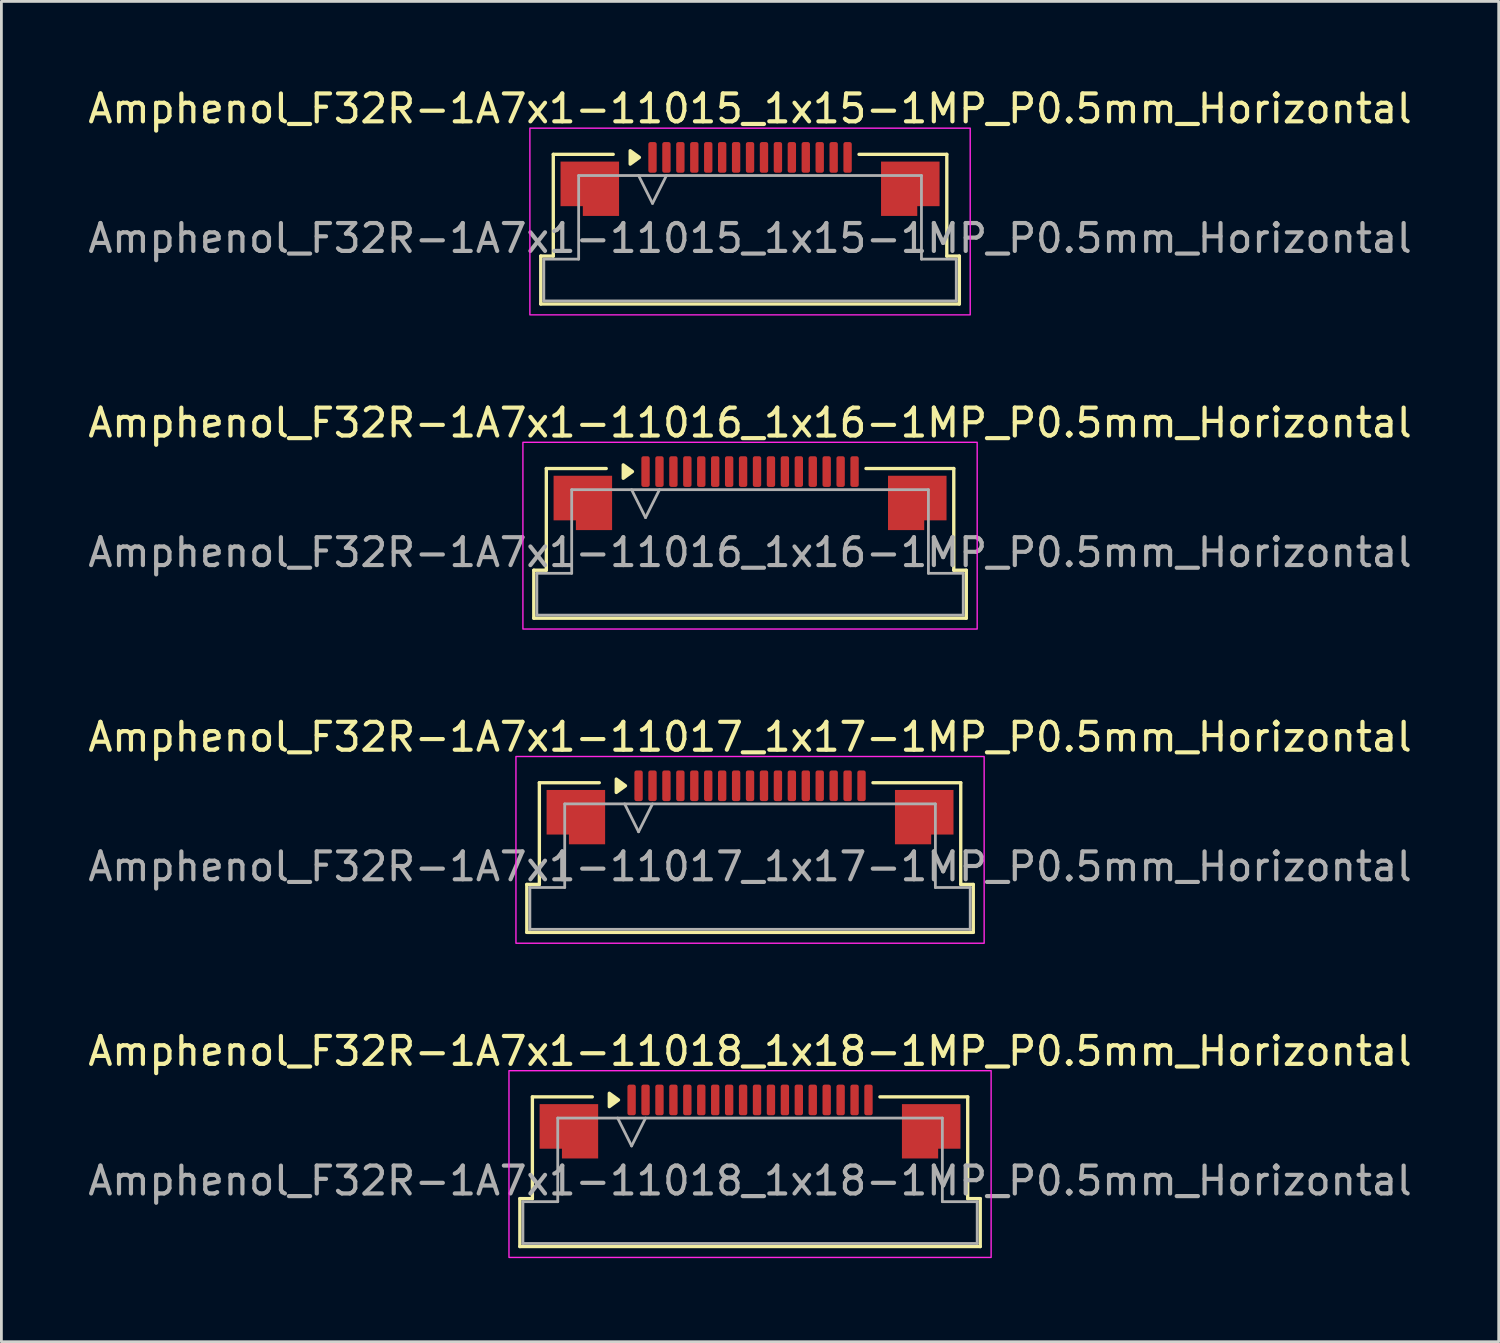
<source format=kicad_pcb>
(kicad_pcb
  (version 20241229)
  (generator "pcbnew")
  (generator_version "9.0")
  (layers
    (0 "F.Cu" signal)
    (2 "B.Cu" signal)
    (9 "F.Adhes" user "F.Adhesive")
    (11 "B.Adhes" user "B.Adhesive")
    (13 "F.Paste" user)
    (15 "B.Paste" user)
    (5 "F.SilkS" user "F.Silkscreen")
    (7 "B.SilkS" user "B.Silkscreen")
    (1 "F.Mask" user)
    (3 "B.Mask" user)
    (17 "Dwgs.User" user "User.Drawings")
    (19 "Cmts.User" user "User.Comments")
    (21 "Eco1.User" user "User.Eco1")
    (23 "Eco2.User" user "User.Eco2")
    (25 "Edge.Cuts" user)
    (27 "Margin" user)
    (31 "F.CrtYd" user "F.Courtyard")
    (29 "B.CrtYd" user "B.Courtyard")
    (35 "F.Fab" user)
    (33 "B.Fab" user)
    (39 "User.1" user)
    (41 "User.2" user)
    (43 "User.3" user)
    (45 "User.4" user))
  (footprint "Amphenol_F32R-1A7x1-11018_1x18-1MP_P0.5mm_Horizontal"
    (layer "F.Cu")
    (at 23.863 39.318)
    (property "Reference" "Amphenol_F32R-1A7x1-11018_1x18-1MP_P0.5mm_Horizontal" (at 0 -4.65 0) (layer "F.SilkS") (effects (font (size 1 1) (thickness 0.15))))
    (attr smd)
    (fp_line (start -8.26 0.64) (end -7.81 0.64) (stroke (width 0.12) (type solid)) (layer "F.SilkS"))
    (fp_line (start -8.26 2.36) (end -8.26 0.64) (stroke (width 0.12) (type solid)) (layer "F.SilkS"))
    (fp_line (start -7.81 -3.01) (end -5.66 -3.01) (stroke (width 0.12) (type solid)) (layer "F.SilkS"))
    (fp_line (start -7.81 0.64) (end -7.81 -3.01) (stroke (width 0.12) (type solid)) (layer "F.SilkS"))
    (fp_line (start 4.66 -3.01) (end 7.81 -3.01) (stroke (width 0.12) (type solid)) (layer "F.SilkS"))
    (fp_line (start 7.81 -3.01) (end 7.81 0.64) (stroke (width 0.12) (type solid)) (layer "F.SilkS"))
    (fp_line (start 7.81 0.64) (end 8.26 0.64) (stroke (width 0.12) (type solid)) (layer "F.SilkS"))
    (fp_line (start 8.26 0.64) (end 8.26 2.36) (stroke (width 0.12) (type solid)) (layer "F.SilkS"))
    (fp_line (start 8.26 2.36) (end -8.26 2.36) (stroke (width 0.12) (type solid)) (layer "F.SilkS"))
    (fp_poly (pts (xy -4.72 -2.9) (xy -5.05 -2.66) (xy -5.05 -3.14)) (stroke (width 0.12) (type solid)) (fill yes) (layer "F.SilkS"))
    (fp_rect (start -8.65 -3.95) (end 8.65 2.75) (stroke (width 0.05) (type solid)) (fill no) (layer "F.CrtYd"))
    (fp_line (start -8.15 0.75) (end -6.9 0.75) (stroke (width 0.1) (type solid)) (layer "F.Fab"))
    (fp_line (start -8.15 2.25) (end -8.15 0.75) (stroke (width 0.1) (type solid)) (layer "F.Fab"))
    (fp_line (start -6.9 -2.25) (end 6.9 -2.25) (stroke (width 0.1) (type solid)) (layer "F.Fab"))
    (fp_line (start -6.9 0.75) (end -6.9 -2.25) (stroke (width 0.1) (type solid)) (layer "F.Fab"))
    (fp_line (start -4.75 -2.25) (end -4.25 -1.25) (stroke (width 0.1) (type solid)) (layer "F.Fab"))
    (fp_line (start -4.25 -1.25) (end -3.75 -2.25) (stroke (width 0.1) (type solid)) (layer "F.Fab"))
    (fp_line (start 6.9 -2.25) (end 6.9 0.75) (stroke (width 0.1) (type solid)) (layer "F.Fab"))
    (fp_line (start 6.9 0.75) (end 8.15 0.75) (stroke (width 0.1) (type solid)) (layer "F.Fab"))
    (fp_line (start 8.15 0.75) (end 8.15 2.25) (stroke (width 0.1) (type solid)) (layer "F.Fab"))
    (fp_line (start 8.15 2.25) (end -8.15 2.25) (stroke (width 0.1) (type solid)) (layer "F.Fab"))
    (fp_text user "${REFERENCE}" (at 0 0 0) (layer "F.Fab") (effects (font (size 1 1) (thickness 0.15))))
    (pad "1" smd roundrect (at -4.25 -2.9) (size 0.3 1.1) (layers "F.Cu" "F.Mask" "F.Paste") (roundrect_rratio 0.25))
    (pad "2" smd roundrect (at -3.75 -2.9) (size 0.3 1.1) (layers "F.Cu" "F.Mask" "F.Paste") (roundrect_rratio 0.25))
    (pad "3" smd roundrect (at -3.25 -2.9) (size 0.3 1.1) (layers "F.Cu" "F.Mask" "F.Paste") (roundrect_rratio 0.25))
    (pad "4" smd roundrect (at -2.75 -2.9) (size 0.3 1.1) (layers "F.Cu" "F.Mask" "F.Paste") (roundrect_rratio 0.25))
    (pad "5" smd roundrect (at -2.25 -2.9) (size 0.3 1.1) (layers "F.Cu" "F.Mask" "F.Paste") (roundrect_rratio 0.25))
    (pad "6" smd roundrect (at -1.75 -2.9) (size 0.3 1.1) (layers "F.Cu" "F.Mask" "F.Paste") (roundrect_rratio 0.25))
    (pad "7" smd roundrect (at -1.25 -2.9) (size 0.3 1.1) (layers "F.Cu" "F.Mask" "F.Paste") (roundrect_rratio 0.25))
    (pad "8" smd roundrect (at -0.75 -2.9) (size 0.3 1.1) (layers "F.Cu" "F.Mask" "F.Paste") (roundrect_rratio 0.25))
    (pad "9" smd roundrect (at -0.25 -2.9) (size 0.3 1.1) (layers "F.Cu" "F.Mask" "F.Paste") (roundrect_rratio 0.25))
    (pad "10" smd roundrect (at 0.25 -2.9) (size 0.3 1.1) (layers "F.Cu" "F.Mask" "F.Paste") (roundrect_rratio 0.25))
    (pad "11" smd roundrect (at 0.75 -2.9) (size 0.3 1.1) (layers "F.Cu" "F.Mask" "F.Paste") (roundrect_rratio 0.25))
    (pad "12" smd roundrect (at 1.25 -2.9) (size 0.3 1.1) (layers "F.Cu" "F.Mask" "F.Paste") (roundrect_rratio 0.25))
    (pad "13" smd roundrect (at 1.75 -2.9) (size 0.3 1.1) (layers "F.Cu" "F.Mask" "F.Paste") (roundrect_rratio 0.25))
    (pad "14" smd roundrect (at 2.25 -2.9) (size 0.3 1.1) (layers "F.Cu" "F.Mask" "F.Paste") (roundrect_rratio 0.25))
    (pad "15" smd roundrect (at 2.75 -2.9) (size 0.3 1.1) (layers "F.Cu" "F.Mask" "F.Paste") (roundrect_rratio 0.25))
    (pad "16" smd roundrect (at 3.25 -2.9) (size 0.3 1.1) (layers "F.Cu" "F.Mask" "F.Paste") (roundrect_rratio 0.25))
    (pad "17" smd roundrect (at 3.75 -2.9) (size 0.3 1.1) (layers "F.Cu" "F.Mask" "F.Paste") (roundrect_rratio 0.25))
    (pad "18" smd roundrect (at 4.25 -2.9) (size 0.3 1.1) (layers "F.Cu" "F.Mask" "F.Paste") (roundrect_rratio 0.25))
    (pad "MP" smd custom (at -6.5 -1.775) (size 1 1) (layers "F.Cu" "F.Mask" "F.Paste") (options (anchor circle)) (primitives (gr_poly (pts (xy 1.05 -0.975) (xy 1.05 0.975) (xy -0.25 0.975) (xy -0.25 0.625) (xy -1.05 0.625) (xy -1.05 -0.975)) (width 0) (fill yes))))
    (pad "MP" smd custom (at 6.5 -1.775) (size 1 1) (layers "F.Cu" "F.Mask" "F.Paste") (options (anchor circle)) (primitives (gr_poly (pts (xy -1.05 -0.975) (xy -1.05 0.975) (xy 0.25 0.975) (xy 0.25 0.625) (xy 1.05 0.625) (xy 1.05 -0.975)) (width 0) (fill yes)))))
  (footprint "Amphenol_F32R-1A7x1-11017_1x17-1MP_P0.5mm_Horizontal"
    (layer "F.Cu")
    (at 23.863 28.045)
    (property "Reference" "Amphenol_F32R-1A7x1-11017_1x17-1MP_P0.5mm_Horizontal" (at 0 -4.65 0) (layer "F.SilkS") (effects (font (size 1 1) (thickness 0.15))))
    (attr smd)
    (fp_line (start -8.01 0.64) (end -7.56 0.64) (stroke (width 0.12) (type solid)) (layer "F.SilkS"))
    (fp_line (start -8.01 2.36) (end -8.01 0.64) (stroke (width 0.12) (type solid)) (layer "F.SilkS"))
    (fp_line (start -7.56 -3.01) (end -5.41 -3.01) (stroke (width 0.12) (type solid)) (layer "F.SilkS"))
    (fp_line (start -7.56 0.64) (end -7.56 -3.01) (stroke (width 0.12) (type solid)) (layer "F.SilkS"))
    (fp_line (start 4.41 -3.01) (end 7.56 -3.01) (stroke (width 0.12) (type solid)) (layer "F.SilkS"))
    (fp_line (start 7.56 -3.01) (end 7.56 0.64) (stroke (width 0.12) (type solid)) (layer "F.SilkS"))
    (fp_line (start 7.56 0.64) (end 8.01 0.64) (stroke (width 0.12) (type solid)) (layer "F.SilkS"))
    (fp_line (start 8.01 0.64) (end 8.01 2.36) (stroke (width 0.12) (type solid)) (layer "F.SilkS"))
    (fp_line (start 8.01 2.36) (end -8.01 2.36) (stroke (width 0.12) (type solid)) (layer "F.SilkS"))
    (fp_poly (pts (xy -4.47 -2.9) (xy -4.8 -2.66) (xy -4.8 -3.14)) (stroke (width 0.12) (type solid)) (fill yes) (layer "F.SilkS"))
    (fp_rect (start -8.4 -3.95) (end 8.4 2.75) (stroke (width 0.05) (type solid)) (fill no) (layer "F.CrtYd"))
    (fp_line (start -7.9 0.75) (end -6.65 0.75) (stroke (width 0.1) (type solid)) (layer "F.Fab"))
    (fp_line (start -7.9 2.25) (end -7.9 0.75) (stroke (width 0.1) (type solid)) (layer "F.Fab"))
    (fp_line (start -6.65 -2.25) (end 6.65 -2.25) (stroke (width 0.1) (type solid)) (layer "F.Fab"))
    (fp_line (start -6.65 0.75) (end -6.65 -2.25) (stroke (width 0.1) (type solid)) (layer "F.Fab"))
    (fp_line (start -4.5 -2.25) (end -4 -1.25) (stroke (width 0.1) (type solid)) (layer "F.Fab"))
    (fp_line (start -4 -1.25) (end -3.5 -2.25) (stroke (width 0.1) (type solid)) (layer "F.Fab"))
    (fp_line (start 6.65 -2.25) (end 6.65 0.75) (stroke (width 0.1) (type solid)) (layer "F.Fab"))
    (fp_line (start 6.65 0.75) (end 7.9 0.75) (stroke (width 0.1) (type solid)) (layer "F.Fab"))
    (fp_line (start 7.9 0.75) (end 7.9 2.25) (stroke (width 0.1) (type solid)) (layer "F.Fab"))
    (fp_line (start 7.9 2.25) (end -7.9 2.25) (stroke (width 0.1) (type solid)) (layer "F.Fab"))
    (fp_text user "${REFERENCE}" (at 0 0 0) (layer "F.Fab") (effects (font (size 1 1) (thickness 0.15))))
    (pad "1" smd roundrect (at -4 -2.9) (size 0.3 1.1) (layers "F.Cu" "F.Mask" "F.Paste") (roundrect_rratio 0.25))
    (pad "2" smd roundrect (at -3.5 -2.9) (size 0.3 1.1) (layers "F.Cu" "F.Mask" "F.Paste") (roundrect_rratio 0.25))
    (pad "3" smd roundrect (at -3 -2.9) (size 0.3 1.1) (layers "F.Cu" "F.Mask" "F.Paste") (roundrect_rratio 0.25))
    (pad "4" smd roundrect (at -2.5 -2.9) (size 0.3 1.1) (layers "F.Cu" "F.Mask" "F.Paste") (roundrect_rratio 0.25))
    (pad "5" smd roundrect (at -2 -2.9) (size 0.3 1.1) (layers "F.Cu" "F.Mask" "F.Paste") (roundrect_rratio 0.25))
    (pad "6" smd roundrect (at -1.5 -2.9) (size 0.3 1.1) (layers "F.Cu" "F.Mask" "F.Paste") (roundrect_rratio 0.25))
    (pad "7" smd roundrect (at -1 -2.9) (size 0.3 1.1) (layers "F.Cu" "F.Mask" "F.Paste") (roundrect_rratio 0.25))
    (pad "8" smd roundrect (at -0.5 -2.9) (size 0.3 1.1) (layers "F.Cu" "F.Mask" "F.Paste") (roundrect_rratio 0.25))
    (pad "9" smd roundrect (at 0 -2.9) (size 0.3 1.1) (layers "F.Cu" "F.Mask" "F.Paste") (roundrect_rratio 0.25))
    (pad "10" smd roundrect (at 0.5 -2.9) (size 0.3 1.1) (layers "F.Cu" "F.Mask" "F.Paste") (roundrect_rratio 0.25))
    (pad "11" smd roundrect (at 1 -2.9) (size 0.3 1.1) (layers "F.Cu" "F.Mask" "F.Paste") (roundrect_rratio 0.25))
    (pad "12" smd roundrect (at 1.5 -2.9) (size 0.3 1.1) (layers "F.Cu" "F.Mask" "F.Paste") (roundrect_rratio 0.25))
    (pad "13" smd roundrect (at 2 -2.9) (size 0.3 1.1) (layers "F.Cu" "F.Mask" "F.Paste") (roundrect_rratio 0.25))
    (pad "14" smd roundrect (at 2.5 -2.9) (size 0.3 1.1) (layers "F.Cu" "F.Mask" "F.Paste") (roundrect_rratio 0.25))
    (pad "15" smd roundrect (at 3 -2.9) (size 0.3 1.1) (layers "F.Cu" "F.Mask" "F.Paste") (roundrect_rratio 0.25))
    (pad "16" smd roundrect (at 3.5 -2.9) (size 0.3 1.1) (layers "F.Cu" "F.Mask" "F.Paste") (roundrect_rratio 0.25))
    (pad "17" smd roundrect (at 4 -2.9) (size 0.3 1.1) (layers "F.Cu" "F.Mask" "F.Paste") (roundrect_rratio 0.25))
    (pad "MP" smd custom (at -6.25 -1.775) (size 1 1) (layers "F.Cu" "F.Mask" "F.Paste") (options (anchor circle)) (primitives (gr_poly (pts (xy 1.05 -0.975) (xy 1.05 0.975) (xy -0.25 0.975) (xy -0.25 0.625) (xy -1.05 0.625) (xy -1.05 -0.975)) (width 0) (fill yes))))
    (pad "MP" smd custom (at 6.25 -1.775) (size 1 1) (layers "F.Cu" "F.Mask" "F.Paste") (options (anchor circle)) (primitives (gr_poly (pts (xy -1.05 -0.975) (xy -1.05 0.975) (xy 0.25 0.975) (xy 0.25 0.625) (xy 1.05 0.625) (xy 1.05 -0.975)) (width 0) (fill yes)))))
  (footprint "Amphenol_F32R-1A7x1-11015_1x15-1MP_P0.5mm_Horizontal"
    (layer "F.Cu")
    (at 23.863 5.498)
    (property "Reference" "Amphenol_F32R-1A7x1-11015_1x15-1MP_P0.5mm_Horizontal" (at 0 -4.65 0) (layer "F.SilkS") (effects (font (size 1 1) (thickness 0.15))))
    (attr smd)
    (fp_line (start -7.51 0.64) (end -7.06 0.64) (stroke (width 0.12) (type solid)) (layer "F.SilkS"))
    (fp_line (start -7.51 2.36) (end -7.51 0.64) (stroke (width 0.12) (type solid)) (layer "F.SilkS"))
    (fp_line (start -7.06 -3.01) (end -4.91 -3.01) (stroke (width 0.12) (type solid)) (layer "F.SilkS"))
    (fp_line (start -7.06 0.64) (end -7.06 -3.01) (stroke (width 0.12) (type solid)) (layer "F.SilkS"))
    (fp_line (start 3.91 -3.01) (end 7.06 -3.01) (stroke (width 0.12) (type solid)) (layer "F.SilkS"))
    (fp_line (start 7.06 -3.01) (end 7.06 0.64) (stroke (width 0.12) (type solid)) (layer "F.SilkS"))
    (fp_line (start 7.06 0.64) (end 7.51 0.64) (stroke (width 0.12) (type solid)) (layer "F.SilkS"))
    (fp_line (start 7.51 0.64) (end 7.51 2.36) (stroke (width 0.12) (type solid)) (layer "F.SilkS"))
    (fp_line (start 7.51 2.36) (end -7.51 2.36) (stroke (width 0.12) (type solid)) (layer "F.SilkS"))
    (fp_poly (pts (xy -3.97 -2.9) (xy -4.3 -2.66) (xy -4.3 -3.14)) (stroke (width 0.12) (type solid)) (fill yes) (layer "F.SilkS"))
    (fp_rect (start -7.9 -3.95) (end 7.9 2.75) (stroke (width 0.05) (type solid)) (fill no) (layer "F.CrtYd"))
    (fp_line (start -7.4 0.75) (end -6.15 0.75) (stroke (width 0.1) (type solid)) (layer "F.Fab"))
    (fp_line (start -7.4 2.25) (end -7.4 0.75) (stroke (width 0.1) (type solid)) (layer "F.Fab"))
    (fp_line (start -6.15 -2.25) (end 6.15 -2.25) (stroke (width 0.1) (type solid)) (layer "F.Fab"))
    (fp_line (start -6.15 0.75) (end -6.15 -2.25) (stroke (width 0.1) (type solid)) (layer "F.Fab"))
    (fp_line (start -4 -2.25) (end -3.5 -1.25) (stroke (width 0.1) (type solid)) (layer "F.Fab"))
    (fp_line (start -3.5 -1.25) (end -3 -2.25) (stroke (width 0.1) (type solid)) (layer "F.Fab"))
    (fp_line (start 6.15 -2.25) (end 6.15 0.75) (stroke (width 0.1) (type solid)) (layer "F.Fab"))
    (fp_line (start 6.15 0.75) (end 7.4 0.75) (stroke (width 0.1) (type solid)) (layer "F.Fab"))
    (fp_line (start 7.4 0.75) (end 7.4 2.25) (stroke (width 0.1) (type solid)) (layer "F.Fab"))
    (fp_line (start 7.4 2.25) (end -7.4 2.25) (stroke (width 0.1) (type solid)) (layer "F.Fab"))
    (fp_text user "${REFERENCE}" (at 0 0 0) (layer "F.Fab") (effects (font (size 1 1) (thickness 0.15))))
    (pad "1" smd roundrect (at -3.5 -2.9) (size 0.3 1.1) (layers "F.Cu" "F.Mask" "F.Paste") (roundrect_rratio 0.25))
    (pad "2" smd roundrect (at -3 -2.9) (size 0.3 1.1) (layers "F.Cu" "F.Mask" "F.Paste") (roundrect_rratio 0.25))
    (pad "3" smd roundrect (at -2.5 -2.9) (size 0.3 1.1) (layers "F.Cu" "F.Mask" "F.Paste") (roundrect_rratio 0.25))
    (pad "4" smd roundrect (at -2 -2.9) (size 0.3 1.1) (layers "F.Cu" "F.Mask" "F.Paste") (roundrect_rratio 0.25))
    (pad "5" smd roundrect (at -1.5 -2.9) (size 0.3 1.1) (layers "F.Cu" "F.Mask" "F.Paste") (roundrect_rratio 0.25))
    (pad "6" smd roundrect (at -1 -2.9) (size 0.3 1.1) (layers "F.Cu" "F.Mask" "F.Paste") (roundrect_rratio 0.25))
    (pad "7" smd roundrect (at -0.5 -2.9) (size 0.3 1.1) (layers "F.Cu" "F.Mask" "F.Paste") (roundrect_rratio 0.25))
    (pad "8" smd roundrect (at 0 -2.9) (size 0.3 1.1) (layers "F.Cu" "F.Mask" "F.Paste") (roundrect_rratio 0.25))
    (pad "9" smd roundrect (at 0.5 -2.9) (size 0.3 1.1) (layers "F.Cu" "F.Mask" "F.Paste") (roundrect_rratio 0.25))
    (pad "10" smd roundrect (at 1 -2.9) (size 0.3 1.1) (layers "F.Cu" "F.Mask" "F.Paste") (roundrect_rratio 0.25))
    (pad "11" smd roundrect (at 1.5 -2.9) (size 0.3 1.1) (layers "F.Cu" "F.Mask" "F.Paste") (roundrect_rratio 0.25))
    (pad "12" smd roundrect (at 2 -2.9) (size 0.3 1.1) (layers "F.Cu" "F.Mask" "F.Paste") (roundrect_rratio 0.25))
    (pad "13" smd roundrect (at 2.5 -2.9) (size 0.3 1.1) (layers "F.Cu" "F.Mask" "F.Paste") (roundrect_rratio 0.25))
    (pad "14" smd roundrect (at 3 -2.9) (size 0.3 1.1) (layers "F.Cu" "F.Mask" "F.Paste") (roundrect_rratio 0.25))
    (pad "15" smd roundrect (at 3.5 -2.9) (size 0.3 1.1) (layers "F.Cu" "F.Mask" "F.Paste") (roundrect_rratio 0.25))
    (pad "MP" smd custom (at -5.75 -1.775) (size 1 1) (layers "F.Cu" "F.Mask" "F.Paste") (options (anchor circle)) (primitives (gr_poly (pts (xy 1.05 -0.975) (xy 1.05 0.975) (xy -0.25 0.975) (xy -0.25 0.625) (xy -1.05 0.625) (xy -1.05 -0.975)) (width 0) (fill yes))))
    (pad "MP" smd custom (at 5.75 -1.775) (size 1 1) (layers "F.Cu" "F.Mask" "F.Paste") (options (anchor circle)) (primitives (gr_poly (pts (xy -1.05 -0.975) (xy -1.05 0.975) (xy 0.25 0.975) (xy 0.25 0.625) (xy 1.05 0.625) (xy 1.05 -0.975)) (width 0) (fill yes)))))
  (footprint "Amphenol_F32R-1A7x1-11016_1x16-1MP_P0.5mm_Horizontal"
    (layer "F.Cu")
    (at 23.863 16.771)
    (property "Reference" "Amphenol_F32R-1A7x1-11016_1x16-1MP_P0.5mm_Horizontal" (at 0 -4.65 0) (layer "F.SilkS") (effects (font (size 1 1) (thickness 0.15))))
    (attr smd)
    (fp_line (start -7.76 0.64) (end -7.31 0.64) (stroke (width 0.12) (type solid)) (layer "F.SilkS"))
    (fp_line (start -7.76 2.36) (end -7.76 0.64) (stroke (width 0.12) (type solid)) (layer "F.SilkS"))
    (fp_line (start -7.31 -3.01) (end -5.16 -3.01) (stroke (width 0.12) (type solid)) (layer "F.SilkS"))
    (fp_line (start -7.31 0.64) (end -7.31 -3.01) (stroke (width 0.12) (type solid)) (layer "F.SilkS"))
    (fp_line (start 4.16 -3.01) (end 7.31 -3.01) (stroke (width 0.12) (type solid)) (layer "F.SilkS"))
    (fp_line (start 7.31 -3.01) (end 7.31 0.64) (stroke (width 0.12) (type solid)) (layer "F.SilkS"))
    (fp_line (start 7.31 0.64) (end 7.76 0.64) (stroke (width 0.12) (type solid)) (layer "F.SilkS"))
    (fp_line (start 7.76 0.64) (end 7.76 2.36) (stroke (width 0.12) (type solid)) (layer "F.SilkS"))
    (fp_line (start 7.76 2.36) (end -7.76 2.36) (stroke (width 0.12) (type solid)) (layer "F.SilkS"))
    (fp_poly (pts (xy -4.22 -2.9) (xy -4.55 -2.66) (xy -4.55 -3.14)) (stroke (width 0.12) (type solid)) (fill yes) (layer "F.SilkS"))
    (fp_rect (start -8.15 -3.95) (end 8.15 2.75) (stroke (width 0.05) (type solid)) (fill no) (layer "F.CrtYd"))
    (fp_line (start -7.65 0.75) (end -6.4 0.75) (stroke (width 0.1) (type solid)) (layer "F.Fab"))
    (fp_line (start -7.65 2.25) (end -7.65 0.75) (stroke (width 0.1) (type solid)) (layer "F.Fab"))
    (fp_line (start -6.4 -2.25) (end 6.4 -2.25) (stroke (width 0.1) (type solid)) (layer "F.Fab"))
    (fp_line (start -6.4 0.75) (end -6.4 -2.25) (stroke (width 0.1) (type solid)) (layer "F.Fab"))
    (fp_line (start -4.25 -2.25) (end -3.75 -1.25) (stroke (width 0.1) (type solid)) (layer "F.Fab"))
    (fp_line (start -3.75 -1.25) (end -3.25 -2.25) (stroke (width 0.1) (type solid)) (layer "F.Fab"))
    (fp_line (start 6.4 -2.25) (end 6.4 0.75) (stroke (width 0.1) (type solid)) (layer "F.Fab"))
    (fp_line (start 6.4 0.75) (end 7.65 0.75) (stroke (width 0.1) (type solid)) (layer "F.Fab"))
    (fp_line (start 7.65 0.75) (end 7.65 2.25) (stroke (width 0.1) (type solid)) (layer "F.Fab"))
    (fp_line (start 7.65 2.25) (end -7.65 2.25) (stroke (width 0.1) (type solid)) (layer "F.Fab"))
    (fp_text user "${REFERENCE}" (at 0 0 0) (layer "F.Fab") (effects (font (size 1 1) (thickness 0.15))))
    (pad "1" smd roundrect (at -3.75 -2.9) (size 0.3 1.1) (layers "F.Cu" "F.Mask" "F.Paste") (roundrect_rratio 0.25))
    (pad "2" smd roundrect (at -3.25 -2.9) (size 0.3 1.1) (layers "F.Cu" "F.Mask" "F.Paste") (roundrect_rratio 0.25))
    (pad "3" smd roundrect (at -2.75 -2.9) (size 0.3 1.1) (layers "F.Cu" "F.Mask" "F.Paste") (roundrect_rratio 0.25))
    (pad "4" smd roundrect (at -2.25 -2.9) (size 0.3 1.1) (layers "F.Cu" "F.Mask" "F.Paste") (roundrect_rratio 0.25))
    (pad "5" smd roundrect (at -1.75 -2.9) (size 0.3 1.1) (layers "F.Cu" "F.Mask" "F.Paste") (roundrect_rratio 0.25))
    (pad "6" smd roundrect (at -1.25 -2.9) (size 0.3 1.1) (layers "F.Cu" "F.Mask" "F.Paste") (roundrect_rratio 0.25))
    (pad "7" smd roundrect (at -0.75 -2.9) (size 0.3 1.1) (layers "F.Cu" "F.Mask" "F.Paste") (roundrect_rratio 0.25))
    (pad "8" smd roundrect (at -0.25 -2.9) (size 0.3 1.1) (layers "F.Cu" "F.Mask" "F.Paste") (roundrect_rratio 0.25))
    (pad "9" smd roundrect (at 0.25 -2.9) (size 0.3 1.1) (layers "F.Cu" "F.Mask" "F.Paste") (roundrect_rratio 0.25))
    (pad "10" smd roundrect (at 0.75 -2.9) (size 0.3 1.1) (layers "F.Cu" "F.Mask" "F.Paste") (roundrect_rratio 0.25))
    (pad "11" smd roundrect (at 1.25 -2.9) (size 0.3 1.1) (layers "F.Cu" "F.Mask" "F.Paste") (roundrect_rratio 0.25))
    (pad "12" smd roundrect (at 1.75 -2.9) (size 0.3 1.1) (layers "F.Cu" "F.Mask" "F.Paste") (roundrect_rratio 0.25))
    (pad "13" smd roundrect (at 2.25 -2.9) (size 0.3 1.1) (layers "F.Cu" "F.Mask" "F.Paste") (roundrect_rratio 0.25))
    (pad "14" smd roundrect (at 2.75 -2.9) (size 0.3 1.1) (layers "F.Cu" "F.Mask" "F.Paste") (roundrect_rratio 0.25))
    (pad "15" smd roundrect (at 3.25 -2.9) (size 0.3 1.1) (layers "F.Cu" "F.Mask" "F.Paste") (roundrect_rratio 0.25))
    (pad "16" smd roundrect (at 3.75 -2.9) (size 0.3 1.1) (layers "F.Cu" "F.Mask" "F.Paste") (roundrect_rratio 0.25))
    (pad "MP" smd custom (at -6 -1.775) (size 1 1) (layers "F.Cu" "F.Mask" "F.Paste") (options (anchor circle)) (primitives (gr_poly (pts (xy 1.05 -0.975) (xy 1.05 0.975) (xy -0.25 0.975) (xy -0.25 0.625) (xy -1.05 0.625) (xy -1.05 -0.975)) (width 0) (fill yes))))
    (pad "MP" smd custom (at 6 -1.775) (size 1 1) (layers "F.Cu" "F.Mask" "F.Paste") (options (anchor circle)) (primitives (gr_poly (pts (xy -1.05 -0.975) (xy -1.05 0.975) (xy 0.25 0.975) (xy 0.25 0.625) (xy 1.05 0.625) (xy 1.05 -0.975)) (width 0) (fill yes)))))
  (gr_rect
    (start -3 -3)
    (end 50.726 45.093)
    (stroke (width 0.1) (type default))
    (fill no)
    (layer "Edge.Cuts")))
</source>
